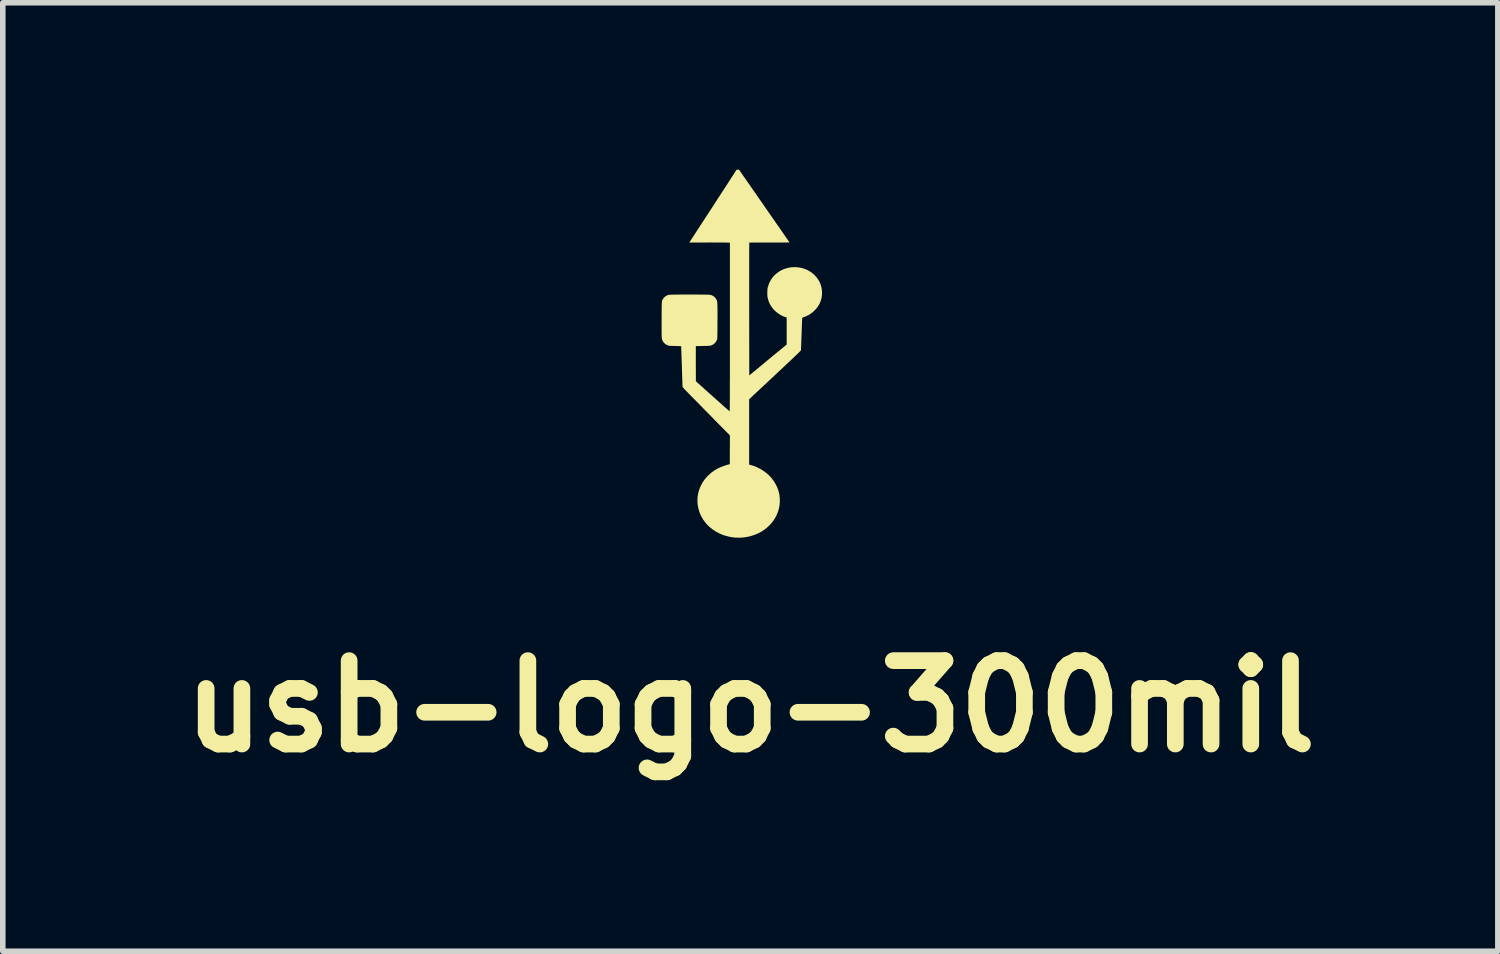
<source format=kicad_pcb>
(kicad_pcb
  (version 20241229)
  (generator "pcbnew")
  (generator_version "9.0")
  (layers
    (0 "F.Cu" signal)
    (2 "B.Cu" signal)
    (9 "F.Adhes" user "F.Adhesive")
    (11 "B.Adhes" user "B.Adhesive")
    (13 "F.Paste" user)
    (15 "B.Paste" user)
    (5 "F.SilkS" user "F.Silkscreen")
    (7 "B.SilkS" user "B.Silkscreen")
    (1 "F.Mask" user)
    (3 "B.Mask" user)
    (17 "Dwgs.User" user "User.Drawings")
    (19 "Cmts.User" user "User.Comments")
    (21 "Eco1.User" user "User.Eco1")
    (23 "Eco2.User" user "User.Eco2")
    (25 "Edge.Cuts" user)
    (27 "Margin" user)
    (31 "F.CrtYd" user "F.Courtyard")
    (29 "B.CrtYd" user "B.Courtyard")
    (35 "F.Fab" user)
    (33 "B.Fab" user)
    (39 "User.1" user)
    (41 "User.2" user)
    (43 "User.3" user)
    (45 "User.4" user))
  (footprint "usb-logo-300mil"
    (layer "F.Cu")
    (at 10.393 3.337)
    (property "Reference" "usb-logo-300mil" (at 0.05 6.315 0) (layer "F.SilkS") (effects (font (size 1.5 1.5) (thickness 0.3))))
    (attr board_only exclude_from_pos_files exclude_from_bom)
    (fp_poly (pts (xy -0.174 -3.335) (xy -0.162 -3.334) (xy -0.153 -3.332) (xy -0.149 -3.33) (xy -0.147 -3.327) (xy -0.141 -3.318) (xy -0.131 -3.304) (xy -0.118 -3.285) (xy -0.101 -3.261) (xy -0.082 -3.233) (xy -0.06 -3.201) (xy -0.035 -3.166) (xy -0.009 -3.128) (xy 0.02 -3.087) (xy 0.05 -3.044) (xy 0.081 -2.998) (xy 0.114 -2.952) (xy 0.151 -2.898) (xy 0.19 -2.841) (xy 0.231 -2.783) (xy 0.273 -2.723) (xy 0.314 -2.663) (xy 0.356 -2.603) (xy 0.396 -2.545) (xy 0.435 -2.489) (xy 0.473 -2.435) (xy 0.507 -2.385) (xy 0.539 -2.339) (xy 0.565 -2.303) (xy 0.592 -2.263) (xy 0.619 -2.224) (xy 0.644 -2.188) (xy 0.667 -2.155) (xy 0.688 -2.124) (xy 0.707 -2.097) (xy 0.723 -2.074) (xy 0.736 -2.055) (xy 0.746 -2.04) (xy 0.752 -2.031) (xy 0.755 -2.027) (xy 0.755 -2.027) (xy 0.751 -2.027) (xy 0.741 -2.027) (xy 0.724 -2.027) (xy 0.702 -2.026) (xy 0.674 -2.026) (xy 0.641 -2.026) (xy 0.604 -2.026) (xy 0.563 -2.026) (xy 0.519 -2.026) (xy 0.472 -2.026) (xy 0.422 -2.026) (xy 0.394 -2.026) (xy 0.343 -2.025) (xy 0.295 -2.025) (xy 0.249 -2.025) (xy 0.206 -2.025) (xy 0.166 -2.025) (xy 0.131 -2.025) (xy 0.1 -2.025) (xy 0.075 -2.024) (xy 0.054 -2.024) (xy 0.04 -2.024) (xy 0.033 -2.024) (xy 0.031 -2.023) (xy 0.031 -2.02) (xy 0.031 -2.009) (xy 0.031 -1.991) (xy 0.031 -1.967) (xy 0.031 -1.937) (xy 0.03 -1.901) (xy 0.03 -1.859) (xy 0.03 -1.812) (xy 0.03 -1.759) (xy 0.03 -1.702) (xy 0.03 -1.64) (xy 0.03 -1.574) (xy 0.03 -1.504) (xy 0.03 -1.43) (xy 0.03 -1.353) (xy 0.03 -1.272) (xy 0.03 -1.188) (xy 0.03 -1.102) (xy 0.03 -1.013) (xy 0.03 -0.922) (xy 0.03 -0.829) (xy 0.03 -0.829) (xy 0.031 0.364) (xy 0.155 0.262) (xy 0.188 0.235) (xy 0.224 0.205) (xy 0.263 0.173) (xy 0.303 0.14) (xy 0.341 0.108) (xy 0.377 0.078) (xy 0.403 0.057) (xy 0.433 0.032) (xy 0.466 0.005) (xy 0.499 -0.022) (xy 0.531 -0.049) (xy 0.562 -0.074) (xy 0.59 -0.097) (xy 0.614 -0.117) (xy 0.615 -0.118) (xy 0.704 -0.191) (xy 0.704 -0.434) (xy 0.704 -0.677) (xy 0.678 -0.685) (xy 0.632 -0.703) (xy 0.587 -0.727) (xy 0.543 -0.756) (xy 0.503 -0.789) (xy 0.467 -0.824) (xy 0.451 -0.844) (xy 0.422 -0.884) (xy 0.399 -0.924) (xy 0.381 -0.966) (xy 0.367 -1.012) (xy 0.366 -1.017) (xy 0.362 -1.032) (xy 0.36 -1.045) (xy 0.358 -1.057) (xy 0.357 -1.071) (xy 0.356 -1.089) (xy 0.356 -1.111) (xy 0.356 -1.123) (xy 0.356 -1.148) (xy 0.357 -1.167) (xy 0.358 -1.183) (xy 0.359 -1.196) (xy 0.361 -1.208) (xy 0.364 -1.221) (xy 0.366 -1.225) (xy 0.384 -1.282) (xy 0.408 -1.334) (xy 0.438 -1.382) (xy 0.474 -1.426) (xy 0.516 -1.465) (xy 0.564 -1.501) (xy 0.568 -1.504) (xy 0.618 -1.532) (xy 0.672 -1.554) (xy 0.728 -1.57) (xy 0.785 -1.58) (xy 0.844 -1.583) (xy 0.902 -1.58) (xy 0.96 -1.571) (xy 1.017 -1.556) (xy 1.071 -1.534) (xy 1.079 -1.53) (xy 1.131 -1.5) (xy 1.178 -1.465) (xy 1.22 -1.425) (xy 1.258 -1.379) (xy 1.28 -1.345) (xy 1.303 -1.301) (xy 1.321 -1.252) (xy 1.333 -1.201) (xy 1.339 -1.15) (xy 1.34 -1.098) (xy 1.338 -1.079) (xy 1.33 -1.024) (xy 1.315 -0.972) (xy 1.295 -0.924) (xy 1.268 -0.879) (xy 1.235 -0.836) (xy 1.209 -0.808) (xy 1.17 -0.771) (xy 1.131 -0.742) (xy 1.09 -0.717) (xy 1.046 -0.697) (xy 1.017 -0.686) (xy 1.002 -0.681) (xy 0.993 -0.677) (xy 0.988 -0.673) (xy 0.985 -0.669) (xy 0.984 -0.662) (xy 0.984 -0.661) (xy 0.983 -0.656) (xy 0.982 -0.643) (xy 0.981 -0.624) (xy 0.98 -0.6) (xy 0.979 -0.571) (xy 0.978 -0.538) (xy 0.976 -0.501) (xy 0.975 -0.461) (xy 0.973 -0.419) (xy 0.972 -0.376) (xy 0.97 -0.331) (xy 0.969 -0.289) (xy 0.967 -0.249) (xy 0.966 -0.213) (xy 0.965 -0.179) (xy 0.963 -0.151) (xy 0.962 -0.127) (xy 0.962 -0.108) (xy 0.961 -0.096) (xy 0.96 -0.091) (xy 0.96 -0.089) (xy 0.959 -0.086) (xy 0.956 -0.083) (xy 0.953 -0.078) (xy 0.948 -0.073) (xy 0.941 -0.065) (xy 0.932 -0.057) (xy 0.922 -0.046) (xy 0.908 -0.033) (xy 0.893 -0.018) (xy 0.874 0.000297) (xy 0.852 0.021) (xy 0.827 0.045) (xy 0.799 0.072) (xy 0.766 0.102) (xy 0.73 0.136) (xy 0.69 0.174) (xy 0.645 0.217) (xy 0.595 0.263) (xy 0.54 0.314) (xy 0.494 0.358) (xy 0.029 0.793) (xy 0.029 1.381) (xy 0.029 1.968) (xy 0.048 1.973) (xy 0.105 1.989) (xy 0.162 2.012) (xy 0.218 2.04) (xy 0.273 2.072) (xy 0.325 2.109) (xy 0.372 2.148) (xy 0.414 2.19) (xy 0.429 2.207) (xy 0.471 2.263) (xy 0.507 2.322) (xy 0.536 2.382) (xy 0.558 2.444) (xy 0.573 2.508) (xy 0.58 2.573) (xy 0.581 2.638) (xy 0.575 2.705) (xy 0.567 2.749) (xy 0.549 2.813) (xy 0.524 2.875) (xy 0.493 2.934) (xy 0.456 2.989) (xy 0.413 3.041) (xy 0.364 3.089) (xy 0.311 3.133) (xy 0.252 3.172) (xy 0.202 3.199) (xy 0.138 3.227) (xy 0.071 3.25) (xy 0.001 3.267) (xy -0.07 3.278) (xy -0.141 3.283) (xy -0.208 3.281) (xy -0.242 3.279) (xy -0.272 3.275) (xy -0.301 3.27) (xy -0.332 3.264) (xy -0.361 3.257) (xy -0.432 3.237) (xy -0.5 3.209) (xy -0.564 3.176) (xy -0.624 3.137) (xy -0.68 3.092) (xy -0.711 3.063) (xy -0.758 3.011) (xy -0.799 2.956) (xy -0.832 2.898) (xy -0.86 2.837) (xy -0.88 2.773) (xy -0.894 2.707) (xy -0.899 2.668) (xy -0.901 2.604) (xy -0.897 2.539) (xy -0.885 2.475) (xy -0.867 2.412) (xy -0.842 2.351) (xy -0.811 2.293) (xy -0.795 2.269) (xy -0.769 2.232) (xy -0.74 2.198) (xy -0.707 2.163) (xy -0.701 2.158) (xy -0.653 2.114) (xy -0.6 2.076) (xy -0.544 2.042) (xy -0.482 2.013) (xy -0.415 1.988) (xy -0.35 1.968) (xy -0.319 1.96) (xy -0.318 1.701) (xy -0.317 1.442) (xy -0.411 1.347) (xy -0.43 1.329) (xy -0.452 1.306) (xy -0.479 1.279) (xy -0.509 1.249) (xy -0.541 1.216) (xy -0.575 1.182) (xy -0.61 1.146) (xy -0.645 1.11) (xy -0.68 1.074) (xy -0.706 1.048) (xy -0.74 1.013) (xy -0.776 0.977) (xy -0.811 0.941) (xy -0.846 0.905) (xy -0.88 0.87) (xy -0.912 0.838) (xy -0.941 0.808) (xy -0.967 0.782) (xy -0.99 0.759) (xy -1.003 0.746) (xy -1.036 0.712) (xy -1.064 0.684) (xy -1.088 0.659) (xy -1.107 0.639) (xy -1.124 0.622) (xy -1.136 0.609) (xy -1.147 0.598) (xy -1.154 0.589) (xy -1.16 0.582) (xy -1.163 0.577) (xy -1.166 0.573) (xy -1.167 0.569) (xy -1.168 0.566) (xy -1.168 0.562) (xy -1.168 0.562) (xy -1.169 0.552) (xy -1.17 0.537) (xy -1.171 0.519) (xy -1.172 0.497) (xy -1.172 0.483) (xy -1.174 0.418) (xy -1.176 0.36) (xy -1.178 0.308) (xy -1.179 0.262) (xy -1.18 0.222) (xy -1.181 0.186) (xy -1.182 0.156) (xy -1.183 0.13) (xy -1.184 0.108) (xy -1.185 0.089) (xy -1.185 0.074) (xy -1.186 0.061) (xy -1.186 0.05) (xy -1.186 0.042) (xy -1.187 0.035) (xy -1.187 0.018) (xy -1.188 -0.004) (xy -1.189 -0.029) (xy -1.19 -0.056) (xy -1.191 -0.082) (xy -1.191 -0.082) (xy -1.192 -0.105) (xy -1.192 -0.125) (xy -1.193 -0.142) (xy -1.194 -0.154) (xy -1.194 -0.16) (xy -1.194 -0.161) (xy -1.198 -0.161) (xy -1.208 -0.162) (xy -1.224 -0.163) (xy -1.244 -0.164) (xy -1.268 -0.164) (xy -1.294 -0.165) (xy -1.301 -0.165) (xy -1.332 -0.166) (xy -1.357 -0.166) (xy -1.377 -0.167) (xy -1.393 -0.168) (xy -1.405 -0.169) (xy -1.415 -0.171) (xy -1.423 -0.173) (xy -1.428 -0.174) (xy -1.46 -0.188) (xy -1.488 -0.208) (xy -1.511 -0.232) (xy -1.529 -0.261) (xy -1.533 -0.272) (xy -1.537 -0.282) (xy -1.539 -0.293) (xy -1.541 -0.307) (xy -1.543 -0.326) (xy -1.543 -0.335) (xy -1.544 -0.347) (xy -1.544 -0.365) (xy -1.545 -0.39) (xy -1.545 -0.419) (xy -1.545 -0.454) (xy -1.545 -0.492) (xy -1.545 -0.533) (xy -1.545 -0.577) (xy -1.545 -0.623) (xy -1.545 -0.669) (xy -1.545 -0.723) (xy -1.544 -0.77) (xy -1.544 -0.811) (xy -1.544 -0.846) (xy -1.543 -0.876) (xy -1.543 -0.902) (xy -1.542 -0.923) (xy -1.541 -0.94) (xy -1.54 -0.954) (xy -1.539 -0.966) (xy -1.537 -0.975) (xy -1.535 -0.983) (xy -1.533 -0.99) (xy -1.53 -0.996) (xy -1.526 -1.001) (xy -1.523 -1.008) (xy -1.522 -1.009) (xy -1.507 -1.03) (xy -1.486 -1.05) (xy -1.463 -1.067) (xy -1.453 -1.072) (xy -1.439 -1.078) (xy -1.425 -1.083) (xy -1.408 -1.085) (xy -1.394 -1.087) (xy -1.384 -1.087) (xy -1.367 -1.088) (xy -1.345 -1.088) (xy -1.317 -1.089) (xy -1.285 -1.089) (xy -1.248 -1.089) (xy -1.209 -1.09) (xy -1.166 -1.09) (xy -1.122 -1.09) (xy -1.077 -1.09) (xy -1.032 -1.09) (xy -0.986 -1.09) (xy -0.941 -1.09) (xy -0.898 -1.09) (xy -0.857 -1.089) (xy -0.819 -1.089) (xy -0.785 -1.089) (xy -0.754 -1.088) (xy -0.729 -1.088) (xy -0.709 -1.088) (xy -0.696 -1.087) (xy -0.691 -1.087) (xy -0.672 -1.085) (xy -0.656 -1.081) (xy -0.643 -1.077) (xy -0.632 -1.072) (xy -0.606 -1.056) (xy -0.583 -1.034) (xy -0.564 -1.01) (xy -0.557 -0.997) (xy -0.554 -0.99) (xy -0.552 -0.983) (xy -0.549 -0.974) (xy -0.547 -0.964) (xy -0.545 -0.952) (xy -0.544 -0.938) (xy -0.543 -0.921) (xy -0.542 -0.9) (xy -0.541 -0.876) (xy -0.541 -0.847) (xy -0.54 -0.814) (xy -0.54 -0.776) (xy -0.54 -0.732) (xy -0.54 -0.681) (xy -0.54 -0.625) (xy -0.541 -0.591) (xy -0.541 -0.537) (xy -0.541 -0.491) (xy -0.541 -0.451) (xy -0.542 -0.417) (xy -0.542 -0.388) (xy -0.542 -0.363) (xy -0.543 -0.343) (xy -0.543 -0.327) (xy -0.544 -0.314) (xy -0.545 -0.304) (xy -0.545 -0.296) (xy -0.546 -0.29) (xy -0.547 -0.285) (xy -0.548 -0.281) (xy -0.548 -0.281) (xy -0.562 -0.25) (xy -0.582 -0.223) (xy -0.606 -0.2) (xy -0.635 -0.183) (xy -0.66 -0.173) (xy -0.667 -0.171) (xy -0.675 -0.17) (xy -0.686 -0.169) (xy -0.701 -0.168) (xy -0.72 -0.167) (xy -0.743 -0.166) (xy -0.772 -0.166) (xy -0.805 -0.165) (xy -0.93 -0.163) (xy -0.93 0.153) (xy -0.929 0.469) (xy -0.629 0.738) (xy -0.589 0.773) (xy -0.55 0.808) (xy -0.513 0.841) (xy -0.479 0.871) (xy -0.447 0.9) (xy -0.418 0.926) (xy -0.392 0.949) (xy -0.369 0.968) (xy -0.351 0.985) (xy -0.337 0.997) (xy -0.327 1.005) (xy -0.323 1.009) (xy -0.323 1.009) (xy -0.322 1.008) (xy -0.322 1.007) (xy -0.321 1.003) (xy -0.321 0.999) (xy -0.321 0.992) (xy -0.32 0.983) (xy -0.32 0.972) (xy -0.32 0.958) (xy -0.319 0.942) (xy -0.319 0.923) (xy -0.319 0.9) (xy -0.319 0.875) (xy -0.319 0.846) (xy -0.318 0.813) (xy -0.318 0.776) (xy -0.318 0.736) (xy -0.318 0.691) (xy -0.318 0.641) (xy -0.318 0.587) (xy -0.318 0.528) (xy -0.318 0.464) (xy -0.317 0.394) (xy -0.317 0.32) (xy -0.317 0.239) (xy -0.317 0.152) (xy -0.317 0.06) (xy -0.317 -0.039) (xy -0.317 -0.144) (xy -0.317 -0.256) (xy -0.317 -0.375) (xy -0.317 -0.501) (xy -0.317 -0.506) (xy -0.317 -2.023) (xy -0.398 -2.025) (xy -0.415 -2.025) (xy -0.439 -2.026) (xy -0.468 -2.026) (xy -0.502 -2.026) (xy -0.541 -2.026) (xy -0.582 -2.026) (xy -0.627 -2.026) (xy -0.673 -2.027) (xy -0.72 -2.026) (xy -0.763 -2.026) (xy -0.808 -2.026) (xy -0.85 -2.026) (xy -0.89 -2.026) (xy -0.927 -2.026) (xy -0.959 -2.026) (xy -0.988 -2.026) (xy -1.011 -2.026) (xy -1.029 -2.026) (xy -1.041 -2.026) (xy -1.046 -2.026) (xy -1.046 -2.026) (xy -1.045 -2.029) (xy -1.039 -2.038) (xy -1.03 -2.052) (xy -1.017 -2.072) (xy -1.002 -2.095) (xy -0.984 -2.123) (xy -0.963 -2.155) (xy -0.94 -2.191) (xy -0.915 -2.229) (xy -0.888 -2.271) (xy -0.859 -2.315) (xy -0.829 -2.36) (xy -0.804 -2.4) (xy -0.768 -2.454) (xy -0.731 -2.512) (xy -0.692 -2.571) (xy -0.652 -2.632) (xy -0.612 -2.694) (xy -0.573 -2.755) (xy -0.534 -2.815) (xy -0.496 -2.873) (xy -0.461 -2.928) (xy -0.427 -2.979) (xy -0.397 -3.025) (xy -0.378 -3.055) (xy -0.195 -3.337)) (stroke (width 0) (type solid)) (fill yes) (layer "F.SilkS")))
  (gr_rect
    (start -3 -3)
    (end 23.886 14.056)
    (stroke (width 0.1) (type default))
    (fill no)
    (layer "Edge.Cuts")))
</source>
